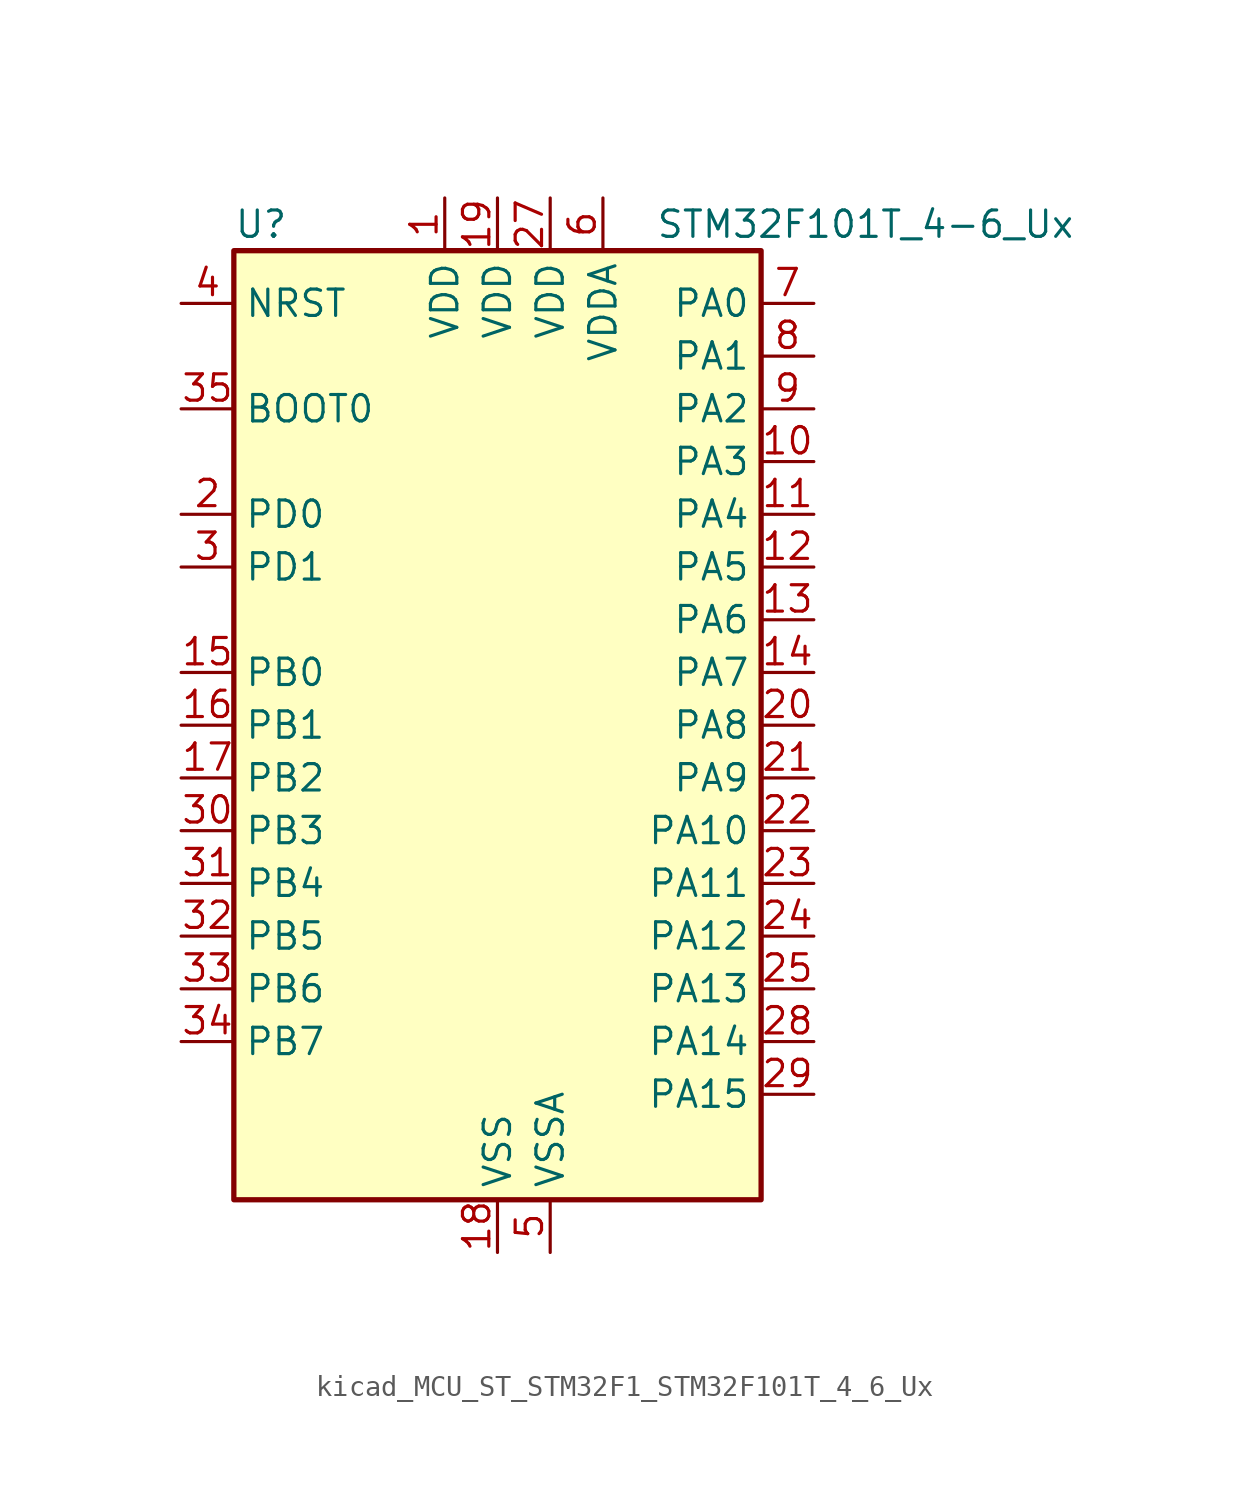
<source format=kicad_sym>
(kicad_symbol_lib
  (version 20220914)
  (generator kicad_symbol_editor)
  (symbol "kicad_MCU_ST_STM32F1_STM32F101T_4_6_Ux"
    (property "Reference" "U"
      (at -12.7 24.13 0)
      (effects (font (size 1.27 1.27)) (justify left)))
    (property "Value" "STM32F101T_4-6_Ux"
      (at 7.62 24.13 0)
      (effects (font (size 1.27 1.27)) (justify left)))
    (property "ki_locked" ""
      (at 0 0 0)
      (effects (font (size 1.27 1.27))))
    (symbol "kicad_MCU_ST_STM32F1_STM32F101T_4_6_Ux_0_1"
      (rectangle (start -12.7 -22.86) (end 12.7 22.86) (stroke (width 0.254) (type default)) (fill (type background))))
    (symbol "kicad_MCU_ST_STM32F1_STM32F101T_4_6_Ux_1_1"
      (pin power_in line (at -2.54 25.4 270) (length 2.54) (name "VDD" (effects (font (size 1.27 1.27)))) (number "1" (effects (font (size 1.27 1.27)))))
      (pin bidirectional line (at 15.24 12.7 180) (length 2.54) (name "PA3" (effects (font (size 1.27 1.27)))) (number "10" (effects (font (size 1.27 1.27)))) (alternate "ADC1_IN3" bidirectional line) (alternate "TIM2_CH4" bidirectional line) (alternate "USART2_RX" bidirectional line))
      (pin bidirectional line (at 15.24 10.16 180) (length 2.54) (name "PA4" (effects (font (size 1.27 1.27)))) (number "11" (effects (font (size 1.27 1.27)))) (alternate "ADC1_IN4" bidirectional line) (alternate "SPI1_NSS" bidirectional line) (alternate "USART2_CK" bidirectional line))
      (pin bidirectional line (at 15.24 7.62 180) (length 2.54) (name "PA5" (effects (font (size 1.27 1.27)))) (number "12" (effects (font (size 1.27 1.27)))) (alternate "ADC1_IN5" bidirectional line) (alternate "SPI1_SCK" bidirectional line))
      (pin bidirectional line (at 15.24 5.08 180) (length 2.54) (name "PA6" (effects (font (size 1.27 1.27)))) (number "13" (effects (font (size 1.27 1.27)))) (alternate "ADC1_IN6" bidirectional line) (alternate "SPI1_MISO" bidirectional line) (alternate "TIM3_CH1" bidirectional line))
      (pin bidirectional line (at 15.24 2.54 180) (length 2.54) (name "PA7" (effects (font (size 1.27 1.27)))) (number "14" (effects (font (size 1.27 1.27)))) (alternate "ADC1_IN7" bidirectional line) (alternate "SPI1_MOSI" bidirectional line) (alternate "TIM3_CH2" bidirectional line))
      (pin bidirectional line (at -15.24 2.54 0) (length 2.54) (name "PB0" (effects (font (size 1.27 1.27)))) (number "15" (effects (font (size 1.27 1.27)))) (alternate "ADC1_IN8" bidirectional line) (alternate "TIM3_CH3" bidirectional line))
      (pin bidirectional line (at -15.24 0 0) (length 2.54) (name "PB1" (effects (font (size 1.27 1.27)))) (number "16" (effects (font (size 1.27 1.27)))) (alternate "ADC1_IN9" bidirectional line) (alternate "TIM3_CH4" bidirectional line))
      (pin bidirectional line (at -15.24 -2.54 0) (length 2.54) (name "PB2" (effects (font (size 1.27 1.27)))) (number "17" (effects (font (size 1.27 1.27)))))
      (pin power_in line (at 0 -25.4 90) (length 2.54) (name "VSS" (effects (font (size 1.27 1.27)))) (number "18" (effects (font (size 1.27 1.27)))))
      (pin power_in line (at 0 25.4 270) (length 2.54) (name "VDD" (effects (font (size 1.27 1.27)))) (number "19" (effects (font (size 1.27 1.27)))))
      (pin bidirectional line (at -15.24 10.16 0) (length 2.54) (name "PD0" (effects (font (size 1.27 1.27)))) (number "2" (effects (font (size 1.27 1.27)))) (alternate "RCC_OSC_IN" bidirectional line))
      (pin bidirectional line (at 15.24 0 180) (length 2.54) (name "PA8" (effects (font (size 1.27 1.27)))) (number "20" (effects (font (size 1.27 1.27)))) (alternate "RCC_MCO" bidirectional line) (alternate "USART1_CK" bidirectional line))
      (pin bidirectional line (at 15.24 -2.54 180) (length 2.54) (name "PA9" (effects (font (size 1.27 1.27)))) (number "21" (effects (font (size 1.27 1.27)))) (alternate "USART1_TX" bidirectional line))
      (pin bidirectional line (at 15.24 -5.08 180) (length 2.54) (name "PA10" (effects (font (size 1.27 1.27)))) (number "22" (effects (font (size 1.27 1.27)))) (alternate "USART1_RX" bidirectional line))
      (pin bidirectional line (at 15.24 -7.62 180) (length 2.54) (name "PA11" (effects (font (size 1.27 1.27)))) (number "23" (effects (font (size 1.27 1.27)))) (alternate "ADC1_EXTI11" bidirectional line) (alternate "USART1_CTS" bidirectional line))
      (pin bidirectional line (at 15.24 -10.16 180) (length 2.54) (name "PA12" (effects (font (size 1.27 1.27)))) (number "24" (effects (font (size 1.27 1.27)))) (alternate "USART1_RTS" bidirectional line))
      (pin bidirectional line (at 15.24 -12.7 180) (length 2.54) (name "PA13" (effects (font (size 1.27 1.27)))) (number "25" (effects (font (size 1.27 1.27)))) (alternate "SYS_JTMS-SWDIO" bidirectional line))
      (pin passive line (at 0 -25.4 90) (length 2.54) hide (name "VSS" (effects (font (size 1.27 1.27)))) (number "26" (effects (font (size 1.27 1.27)))))
      (pin power_in line (at 2.54 25.4 270) (length 2.54) (name "VDD" (effects (font (size 1.27 1.27)))) (number "27" (effects (font (size 1.27 1.27)))))
      (pin bidirectional line (at 15.24 -15.24 180) (length 2.54) (name "PA14" (effects (font (size 1.27 1.27)))) (number "28" (effects (font (size 1.27 1.27)))) (alternate "SYS_JTCK-SWCLK" bidirectional line))
      (pin bidirectional line (at 15.24 -17.78 180) (length 2.54) (name "PA15" (effects (font (size 1.27 1.27)))) (number "29" (effects (font (size 1.27 1.27)))) (alternate "ADC1_EXTI15" bidirectional line) (alternate "SPI1_NSS" bidirectional line) (alternate "SYS_JTDI" bidirectional line) (alternate "TIM2_CH1" bidirectional line) (alternate "TIM2_ETR" bidirectional line))
      (pin bidirectional line (at -15.24 7.62 0) (length 2.54) (name "PD1" (effects (font (size 1.27 1.27)))) (number "3" (effects (font (size 1.27 1.27)))) (alternate "RCC_OSC_OUT" bidirectional line))
      (pin bidirectional line (at -15.24 -5.08 0) (length 2.54) (name "PB3" (effects (font (size 1.27 1.27)))) (number "30" (effects (font (size 1.27 1.27)))) (alternate "SPI1_SCK" bidirectional line) (alternate "SYS_JTDO-TRACESWO" bidirectional line) (alternate "TIM2_CH2" bidirectional line))
      (pin bidirectional line (at -15.24 -7.62 0) (length 2.54) (name "PB4" (effects (font (size 1.27 1.27)))) (number "31" (effects (font (size 1.27 1.27)))) (alternate "SPI1_MISO" bidirectional line) (alternate "SYS_NJTRST" bidirectional line) (alternate "TIM3_CH1" bidirectional line))
      (pin bidirectional line (at -15.24 -10.16 0) (length 2.54) (name "PB5" (effects (font (size 1.27 1.27)))) (number "32" (effects (font (size 1.27 1.27)))) (alternate "I2C1_SMBA" bidirectional line) (alternate "SPI1_MOSI" bidirectional line) (alternate "TIM3_CH2" bidirectional line))
      (pin bidirectional line (at -15.24 -12.7 0) (length 2.54) (name "PB6" (effects (font (size 1.27 1.27)))) (number "33" (effects (font (size 1.27 1.27)))) (alternate "I2C1_SCL" bidirectional line) (alternate "USART1_TX" bidirectional line))
      (pin bidirectional line (at -15.24 -15.24 0) (length 2.54) (name "PB7" (effects (font (size 1.27 1.27)))) (number "34" (effects (font (size 1.27 1.27)))) (alternate "I2C1_SDA" bidirectional line) (alternate "USART1_RX" bidirectional line))
      (pin input line (at -15.24 15.24 0) (length 2.54) (name "BOOT0" (effects (font (size 1.27 1.27)))) (number "35" (effects (font (size 1.27 1.27)))))
      (pin passive line (at 0 -25.4 90) (length 2.54) hide (name "VSS" (effects (font (size 1.27 1.27)))) (number "36" (effects (font (size 1.27 1.27)))))
      (pin passive line (at 0 -25.4 90) (length 2.54) hide (name "VSS" (effects (font (size 1.27 1.27)))) (number "37" (effects (font (size 1.27 1.27)))))
      (pin input line (at -15.24 20.32 0) (length 2.54) (name "NRST" (effects (font (size 1.27 1.27)))) (number "4" (effects (font (size 1.27 1.27)))))
      (pin power_in line (at 2.54 -25.4 90) (length 2.54) (name "VSSA" (effects (font (size 1.27 1.27)))) (number "5" (effects (font (size 1.27 1.27)))))
      (pin power_in line (at 5.08 25.4 270) (length 2.54) (name "VDDA" (effects (font (size 1.27 1.27)))) (number "6" (effects (font (size 1.27 1.27)))))
      (pin bidirectional line (at 15.24 20.32 180) (length 2.54) (name "PA0" (effects (font (size 1.27 1.27)))) (number "7" (effects (font (size 1.27 1.27)))) (alternate "ADC1_IN0" bidirectional line) (alternate "SYS_WKUP" bidirectional line) (alternate "TIM2_CH1" bidirectional line) (alternate "TIM2_ETR" bidirectional line) (alternate "USART2_CTS" bidirectional line))
      (pin bidirectional line (at 15.24 17.78 180) (length 2.54) (name "PA1" (effects (font (size 1.27 1.27)))) (number "8" (effects (font (size 1.27 1.27)))) (alternate "ADC1_IN1" bidirectional line) (alternate "TIM2_CH2" bidirectional line) (alternate "USART2_RTS" bidirectional line))
      (pin bidirectional line (at 15.24 15.24 180) (length 2.54) (name "PA2" (effects (font (size 1.27 1.27)))) (number "9" (effects (font (size 1.27 1.27)))) (alternate "ADC1_IN2" bidirectional line) (alternate "TIM2_CH3" bidirectional line) (alternate "USART2_TX" bidirectional line)))))
</source>
